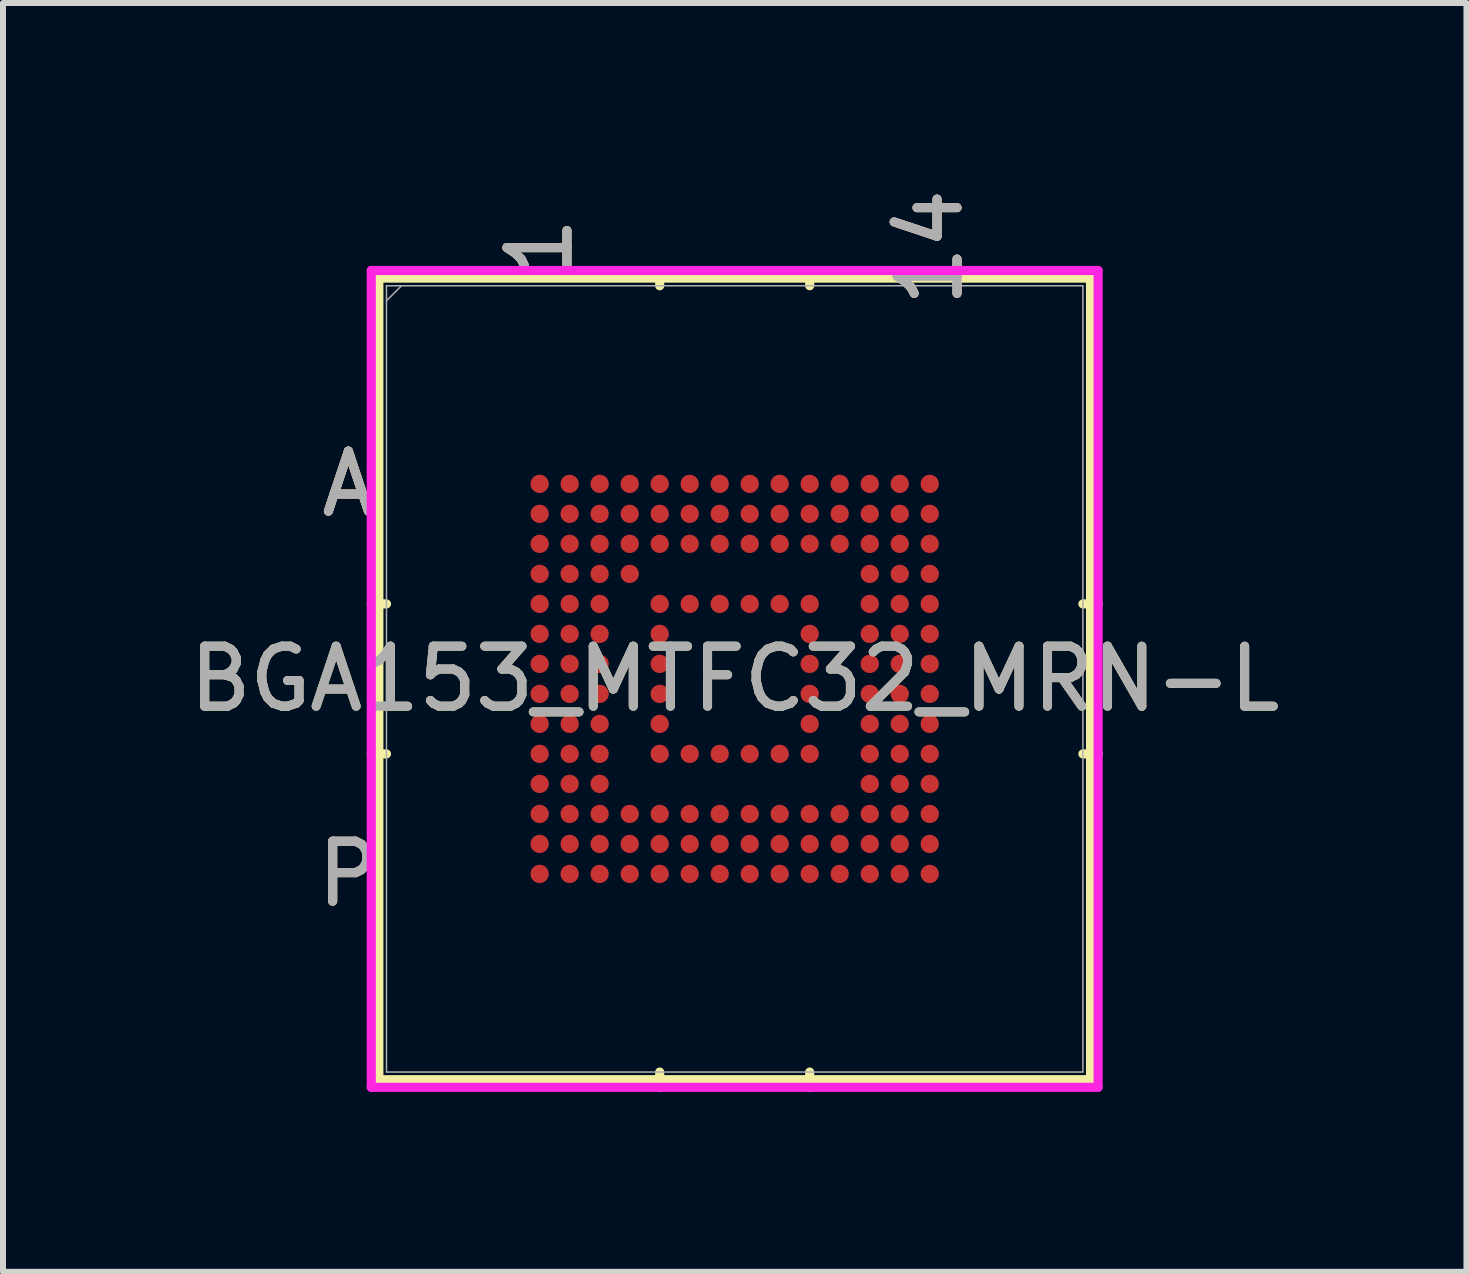
<source format=kicad_pcb>
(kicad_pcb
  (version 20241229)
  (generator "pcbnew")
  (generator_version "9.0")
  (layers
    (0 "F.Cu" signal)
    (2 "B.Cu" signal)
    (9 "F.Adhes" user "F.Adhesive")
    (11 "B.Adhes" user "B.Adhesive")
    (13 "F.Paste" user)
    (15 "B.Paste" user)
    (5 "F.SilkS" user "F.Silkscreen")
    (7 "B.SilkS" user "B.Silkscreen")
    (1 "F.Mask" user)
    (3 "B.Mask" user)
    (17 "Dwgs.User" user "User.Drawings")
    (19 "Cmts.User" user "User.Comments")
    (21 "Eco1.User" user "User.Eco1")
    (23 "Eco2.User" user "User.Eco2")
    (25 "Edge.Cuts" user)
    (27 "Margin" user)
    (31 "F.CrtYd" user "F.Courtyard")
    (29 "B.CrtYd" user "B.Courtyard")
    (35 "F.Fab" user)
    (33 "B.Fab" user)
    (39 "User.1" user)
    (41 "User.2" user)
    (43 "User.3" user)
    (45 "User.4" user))
  (footprint "BGA153_MTFC32_MRN-L"
    (layer "F.Cu")
    (at 9.196 8.266)
    (property "Reference" "BGA153_MTFC32_MRN-L" (at 0 0 0) (unlocked yes) (layer "F.SilkS") (effects (font (size 1 1) (thickness 0.15))))
    (attr smd)
    (fp_line (start -5.931 -6.68) (end -5.931 6.68) (stroke (width 0.152) (type solid)) (layer "F.SilkS"))
    (fp_line (start -5.931 6.68) (end 5.931 6.68) (stroke (width 0.152) (type solid)) (layer "F.SilkS"))
    (fp_line (start -5.804 -1.25) (end -6.058 -1.25) (stroke (width 0.152) (type solid)) (layer "F.SilkS"))
    (fp_line (start -5.804 1.25) (end -6.058 1.25) (stroke (width 0.152) (type solid)) (layer "F.SilkS"))
    (fp_line (start -1.25 -6.553) (end -1.25 -6.807) (stroke (width 0.152) (type solid)) (layer "F.SilkS"))
    (fp_line (start -1.25 6.553) (end -1.25 6.807) (stroke (width 0.152) (type solid)) (layer "F.SilkS"))
    (fp_line (start 1.25 -6.553) (end 1.25 -6.807) (stroke (width 0.152) (type solid)) (layer "F.SilkS"))
    (fp_line (start 1.25 6.553) (end 1.25 6.807) (stroke (width 0.152) (type solid)) (layer "F.SilkS"))
    (fp_line (start 5.804 -1.25) (end 6.058 -1.25) (stroke (width 0.152) (type solid)) (layer "F.SilkS"))
    (fp_line (start 5.804 1.25) (end 6.058 1.25) (stroke (width 0.152) (type solid)) (layer "F.SilkS"))
    (fp_line (start 5.931 -6.68) (end -5.931 -6.68) (stroke (width 0.152) (type solid)) (layer "F.SilkS"))
    (fp_line (start 5.931 6.68) (end 5.931 -6.68) (stroke (width 0.152) (type solid)) (layer "F.SilkS"))
    (fp_poly (pts (xy -3.945 -3.945) (xy 3.945 -3.945) (xy 3.945 3.945) (xy -3.945 3.945)) (stroke (width 0.1) (type solid)) (fill no) (layer "Eco2.User"))
    (fp_line (start -6.058 -6.807) (end 6.058 -6.807) (stroke (width 0.152) (type solid)) (layer "F.CrtYd"))
    (fp_line (start -6.058 6.807) (end -6.058 -6.807) (stroke (width 0.152) (type solid)) (layer "F.CrtYd"))
    (fp_line (start 6.058 -6.807) (end 6.058 6.807) (stroke (width 0.152) (type solid)) (layer "F.CrtYd"))
    (fp_line (start 6.058 6.807) (end -6.058 6.807) (stroke (width 0.152) (type solid)) (layer "F.CrtYd"))
    (fp_line (start -5.804 -6.553) (end -5.804 6.553) (stroke (width 0.025) (type solid)) (layer "F.Fab"))
    (fp_line (start -5.804 6.553) (end 5.804 6.553) (stroke (width 0.025) (type solid)) (layer "F.Fab"))
    (fp_line (start -5.554 -6.553) (end -5.804 -6.303) (stroke (width 0.025) (type solid)) (layer "F.Fab"))
    (fp_line (start 5.804 -6.553) (end -5.804 -6.553) (stroke (width 0.025) (type solid)) (layer "F.Fab"))
    (fp_line (start 5.804 6.553) (end 5.804 -6.553) (stroke (width 0.025) (type solid)) (layer "F.Fab"))
    (fp_text user "P" (at -6.439 3.251 0) (unlocked yes) (layer "F.SilkS") (effects (font (size 1 1) (thickness 0.15))))
    (fp_text user "A" (at -6.439 -3.251 0) (unlocked yes) (layer "F.SilkS") (effects (font (size 1 1) (thickness 0.15))))
    (fp_text user "1" (at -3.251 -7.188 90) (unlocked yes) (layer "F.SilkS") (effects (font (size 1 1) (thickness 0.15))))
    (fp_text user "14" (at 3.251 -7.188 90) (unlocked yes) (layer "F.SilkS") (effects (font (size 1 1) (thickness 0.15))))
    (fp_text user "A" (at -6.439 -3.251 0) (unlocked yes) (layer "B.SilkS") (effects (font (size 1 1) (thickness 0.15))))
    (fp_text user "14" (at 3.251 -7.188 90) (unlocked yes) (layer "B.SilkS") (effects (font (size 1 1) (thickness 0.15))))
    (fp_text user "1" (at -3.251 -7.188 90) (unlocked yes) (layer "B.SilkS") (effects (font (size 1 1) (thickness 0.15))))
    (fp_text user "P" (at -6.439 3.251 0) (unlocked yes) (layer "B.SilkS") (effects (font (size 1 1) (thickness 0.15))))
    (fp_text user "P" (at -6.439 3.251 0) (unlocked yes) (layer "F.Fab") (effects (font (size 1 1) (thickness 0.15))))
    (fp_text user "${REFERENCE}" (at 0 0 0) (unlocked yes) (layer "F.Fab") (effects (font (size 1 1) (thickness 0.15))))
    (fp_text user "1" (at -3.251 -7.188 90) (unlocked yes) (layer "F.Fab") (effects (font (size 1 1) (thickness 0.15))))
    (fp_text user "14" (at 3.251 -7.188 90) (unlocked yes) (layer "F.Fab") (effects (font (size 1 1) (thickness 0.15))))
    (fp_text user "A" (at -6.439 -3.251 0) (unlocked yes) (layer "F.Fab") (effects (font (size 1 1) (thickness 0.15))))
    (pad "A1" smd circle (at -3.251 -3.251) (size 0.305 0.305) (layers "F.Cu" "F.Mask" "F.Paste"))
    (pad "A2" smd circle (at -2.751 -3.251) (size 0.305 0.305) (layers "F.Cu" "F.Mask" "F.Paste"))
    (pad "A3" smd circle (at -2.251 -3.251) (size 0.305 0.305) (layers "F.Cu" "F.Mask" "F.Paste"))
    (pad "A4" smd circle (at -1.75 -3.251) (size 0.305 0.305) (layers "F.Cu" "F.Mask" "F.Paste"))
    (pad "A5" smd circle (at -1.25 -3.251) (size 0.305 0.305) (layers "F.Cu" "F.Mask" "F.Paste"))
    (pad "A6" smd circle (at -0.75 -3.251) (size 0.305 0.305) (layers "F.Cu" "F.Mask" "F.Paste"))
    (pad "A7" smd circle (at -0.25 -3.251) (size 0.305 0.305) (layers "F.Cu" "F.Mask" "F.Paste"))
    (pad "A8" smd circle (at 0.25 -3.251) (size 0.305 0.305) (layers "F.Cu" "F.Mask" "F.Paste"))
    (pad "A9" smd circle (at 0.75 -3.251) (size 0.305 0.305) (layers "F.Cu" "F.Mask" "F.Paste"))
    (pad "A10" smd circle (at 1.25 -3.251) (size 0.305 0.305) (layers "F.Cu" "F.Mask" "F.Paste"))
    (pad "A11" smd circle (at 1.75 -3.251) (size 0.305 0.305) (layers "F.Cu" "F.Mask" "F.Paste"))
    (pad "A12" smd circle (at 2.251 -3.251) (size 0.305 0.305) (layers "F.Cu" "F.Mask" "F.Paste"))
    (pad "A13" smd circle (at 2.751 -3.251) (size 0.305 0.305) (layers "F.Cu" "F.Mask" "F.Paste"))
    (pad "A14" smd circle (at 3.251 -3.251) (size 0.305 0.305) (layers "F.Cu" "F.Mask" "F.Paste"))
    (pad "B1" smd circle (at -3.251 -2.751) (size 0.305 0.305) (layers "F.Cu" "F.Mask" "F.Paste"))
    (pad "B2" smd circle (at -2.751 -2.751) (size 0.305 0.305) (layers "F.Cu" "F.Mask" "F.Paste"))
    (pad "B3" smd circle (at -2.251 -2.751) (size 0.305 0.305) (layers "F.Cu" "F.Mask" "F.Paste"))
    (pad "B4" smd circle (at -1.75 -2.751) (size 0.305 0.305) (layers "F.Cu" "F.Mask" "F.Paste"))
    (pad "B5" smd circle (at -1.25 -2.751) (size 0.305 0.305) (layers "F.Cu" "F.Mask" "F.Paste"))
    (pad "B6" smd circle (at -0.75 -2.751) (size 0.305 0.305) (layers "F.Cu" "F.Mask" "F.Paste"))
    (pad "B7" smd circle (at -0.25 -2.751) (size 0.305 0.305) (layers "F.Cu" "F.Mask" "F.Paste"))
    (pad "B8" smd circle (at 0.25 -2.751) (size 0.305 0.305) (layers "F.Cu" "F.Mask" "F.Paste"))
    (pad "B9" smd circle (at 0.75 -2.751) (size 0.305 0.305) (layers "F.Cu" "F.Mask" "F.Paste"))
    (pad "B10" smd circle (at 1.25 -2.751) (size 0.305 0.305) (layers "F.Cu" "F.Mask" "F.Paste"))
    (pad "B11" smd circle (at 1.75 -2.751) (size 0.305 0.305) (layers "F.Cu" "F.Mask" "F.Paste"))
    (pad "B12" smd circle (at 2.251 -2.751) (size 0.305 0.305) (layers "F.Cu" "F.Mask" "F.Paste"))
    (pad "B13" smd circle (at 2.751 -2.751) (size 0.305 0.305) (layers "F.Cu" "F.Mask" "F.Paste"))
    (pad "B14" smd circle (at 3.251 -2.751) (size 0.305 0.305) (layers "F.Cu" "F.Mask" "F.Paste"))
    (pad "C1" smd circle (at -3.251 -2.251) (size 0.305 0.305) (layers "F.Cu" "F.Mask" "F.Paste"))
    (pad "C2" smd circle (at -2.751 -2.251) (size 0.305 0.305) (layers "F.Cu" "F.Mask" "F.Paste"))
    (pad "C3" smd circle (at -2.251 -2.251) (size 0.305 0.305) (layers "F.Cu" "F.Mask" "F.Paste"))
    (pad "C4" smd circle (at -1.75 -2.251) (size 0.305 0.305) (layers "F.Cu" "F.Mask" "F.Paste"))
    (pad "C5" smd circle (at -1.25 -2.251) (size 0.305 0.305) (layers "F.Cu" "F.Mask" "F.Paste"))
    (pad "C6" smd circle (at -0.75 -2.251) (size 0.305 0.305) (layers "F.Cu" "F.Mask" "F.Paste"))
    (pad "C7" smd circle (at -0.25 -2.251) (size 0.305 0.305) (layers "F.Cu" "F.Mask" "F.Paste"))
    (pad "C8" smd circle (at 0.25 -2.251) (size 0.305 0.305) (layers "F.Cu" "F.Mask" "F.Paste"))
    (pad "C9" smd circle (at 0.75 -2.251) (size 0.305 0.305) (layers "F.Cu" "F.Mask" "F.Paste"))
    (pad "C10" smd circle (at 1.25 -2.251) (size 0.305 0.305) (layers "F.Cu" "F.Mask" "F.Paste"))
    (pad "C11" smd circle (at 1.75 -2.251) (size 0.305 0.305) (layers "F.Cu" "F.Mask" "F.Paste"))
    (pad "C12" smd circle (at 2.251 -2.251) (size 0.305 0.305) (layers "F.Cu" "F.Mask" "F.Paste"))
    (pad "C13" smd circle (at 2.751 -2.251) (size 0.305 0.305) (layers "F.Cu" "F.Mask" "F.Paste"))
    (pad "C14" smd circle (at 3.251 -2.251) (size 0.305 0.305) (layers "F.Cu" "F.Mask" "F.Paste"))
    (pad "D1" smd circle (at -3.251 -1.75) (size 0.305 0.305) (layers "F.Cu" "F.Mask" "F.Paste"))
    (pad "D2" smd circle (at -2.751 -1.75) (size 0.305 0.305) (layers "F.Cu" "F.Mask" "F.Paste"))
    (pad "D3" smd circle (at -2.251 -1.75) (size 0.305 0.305) (layers "F.Cu" "F.Mask" "F.Paste"))
    (pad "D4" smd circle (at -1.75 -1.75) (size 0.305 0.305) (layers "F.Cu" "F.Mask" "F.Paste"))
    (pad "D12" smd circle (at 2.251 -1.75) (size 0.305 0.305) (layers "F.Cu" "F.Mask" "F.Paste"))
    (pad "D13" smd circle (at 2.751 -1.75) (size 0.305 0.305) (layers "F.Cu" "F.Mask" "F.Paste"))
    (pad "D14" smd circle (at 3.251 -1.75) (size 0.305 0.305) (layers "F.Cu" "F.Mask" "F.Paste"))
    (pad "E1" smd circle (at -3.251 -1.25) (size 0.305 0.305) (layers "F.Cu" "F.Mask" "F.Paste"))
    (pad "E2" smd circle (at -2.751 -1.25) (size 0.305 0.305) (layers "F.Cu" "F.Mask" "F.Paste"))
    (pad "E3" smd circle (at -2.251 -1.25) (size 0.305 0.305) (layers "F.Cu" "F.Mask" "F.Paste"))
    (pad "E5" smd circle (at -1.25 -1.25) (size 0.305 0.305) (layers "F.Cu" "F.Mask" "F.Paste"))
    (pad "E6" smd circle (at -0.75 -1.25) (size 0.305 0.305) (layers "F.Cu" "F.Mask" "F.Paste"))
    (pad "E7" smd circle (at -0.25 -1.25) (size 0.305 0.305) (layers "F.Cu" "F.Mask" "F.Paste"))
    (pad "E8" smd circle (at 0.25 -1.25) (size 0.305 0.305) (layers "F.Cu" "F.Mask" "F.Paste"))
    (pad "E9" smd circle (at 0.75 -1.25) (size 0.305 0.305) (layers "F.Cu" "F.Mask" "F.Paste"))
    (pad "E10" smd circle (at 1.25 -1.25) (size 0.305 0.305) (layers "F.Cu" "F.Mask" "F.Paste"))
    (pad "E12" smd circle (at 2.251 -1.25) (size 0.305 0.305) (layers "F.Cu" "F.Mask" "F.Paste"))
    (pad "E13" smd circle (at 2.751 -1.25) (size 0.305 0.305) (layers "F.Cu" "F.Mask" "F.Paste"))
    (pad "E14" smd circle (at 3.251 -1.25) (size 0.305 0.305) (layers "F.Cu" "F.Mask" "F.Paste"))
    (pad "F1" smd circle (at -3.251 -0.75) (size 0.305 0.305) (layers "F.Cu" "F.Mask" "F.Paste"))
    (pad "F2" smd circle (at -2.751 -0.75) (size 0.305 0.305) (layers "F.Cu" "F.Mask" "F.Paste"))
    (pad "F3" smd circle (at -2.251 -0.75) (size 0.305 0.305) (layers "F.Cu" "F.Mask" "F.Paste"))
    (pad "F5" smd circle (at -1.25 -0.75) (size 0.305 0.305) (layers "F.Cu" "F.Mask" "F.Paste"))
    (pad "F10" smd circle (at 1.25 -0.75) (size 0.305 0.305) (layers "F.Cu" "F.Mask" "F.Paste"))
    (pad "F12" smd circle (at 2.251 -0.75) (size 0.305 0.305) (layers "F.Cu" "F.Mask" "F.Paste"))
    (pad "F13" smd circle (at 2.751 -0.75) (size 0.305 0.305) (layers "F.Cu" "F.Mask" "F.Paste"))
    (pad "F14" smd circle (at 3.251 -0.75) (size 0.305 0.305) (layers "F.Cu" "F.Mask" "F.Paste"))
    (pad "G1" smd circle (at -3.251 -0.25) (size 0.305 0.305) (layers "F.Cu" "F.Mask" "F.Paste"))
    (pad "G2" smd circle (at -2.751 -0.25) (size 0.305 0.305) (layers "F.Cu" "F.Mask" "F.Paste"))
    (pad "G3" smd circle (at -2.251 -0.25) (size 0.305 0.305) (layers "F.Cu" "F.Mask" "F.Paste"))
    (pad "G5" smd circle (at -1.25 -0.25) (size 0.305 0.305) (layers "F.Cu" "F.Mask" "F.Paste"))
    (pad "G10" smd circle (at 1.25 -0.25) (size 0.305 0.305) (layers "F.Cu" "F.Mask" "F.Paste"))
    (pad "G12" smd circle (at 2.251 -0.25) (size 0.305 0.305) (layers "F.Cu" "F.Mask" "F.Paste"))
    (pad "G13" smd circle (at 2.751 -0.25) (size 0.305 0.305) (layers "F.Cu" "F.Mask" "F.Paste"))
    (pad "G14" smd circle (at 3.251 -0.25) (size 0.305 0.305) (layers "F.Cu" "F.Mask" "F.Paste"))
    (pad "H1" smd circle (at -3.251 0.25) (size 0.305 0.305) (layers "F.Cu" "F.Mask" "F.Paste"))
    (pad "H2" smd circle (at -2.751 0.25) (size 0.305 0.305) (layers "F.Cu" "F.Mask" "F.Paste"))
    (pad "H3" smd circle (at -2.251 0.25) (size 0.305 0.305) (layers "F.Cu" "F.Mask" "F.Paste"))
    (pad "H5" smd circle (at -1.25 0.25) (size 0.305 0.305) (layers "F.Cu" "F.Mask" "F.Paste"))
    (pad "H10" smd circle (at 1.25 0.25) (size 0.305 0.305) (layers "F.Cu" "F.Mask" "F.Paste"))
    (pad "H12" smd circle (at 2.251 0.25) (size 0.305 0.305) (layers "F.Cu" "F.Mask" "F.Paste"))
    (pad "H13" smd circle (at 2.751 0.25) (size 0.305 0.305) (layers "F.Cu" "F.Mask" "F.Paste"))
    (pad "H14" smd circle (at 3.251 0.25) (size 0.305 0.305) (layers "F.Cu" "F.Mask" "F.Paste"))
    (pad "J1" smd circle (at -3.251 0.75) (size 0.305 0.305) (layers "F.Cu" "F.Mask" "F.Paste"))
    (pad "J2" smd circle (at -2.751 0.75) (size 0.305 0.305) (layers "F.Cu" "F.Mask" "F.Paste"))
    (pad "J3" smd circle (at -2.251 0.75) (size 0.305 0.305) (layers "F.Cu" "F.Mask" "F.Paste"))
    (pad "J5" smd circle (at -1.25 0.75) (size 0.305 0.305) (layers "F.Cu" "F.Mask" "F.Paste"))
    (pad "J10" smd circle (at 1.25 0.75) (size 0.305 0.305) (layers "F.Cu" "F.Mask" "F.Paste"))
    (pad "J12" smd circle (at 2.251 0.75) (size 0.305 0.305) (layers "F.Cu" "F.Mask" "F.Paste"))
    (pad "J13" smd circle (at 2.751 0.75) (size 0.305 0.305) (layers "F.Cu" "F.Mask" "F.Paste"))
    (pad "J14" smd circle (at 3.251 0.75) (size 0.305 0.305) (layers "F.Cu" "F.Mask" "F.Paste"))
    (pad "K1" smd circle (at -3.251 1.25) (size 0.305 0.305) (layers "F.Cu" "F.Mask" "F.Paste"))
    (pad "K2" smd circle (at -2.751 1.25) (size 0.305 0.305) (layers "F.Cu" "F.Mask" "F.Paste"))
    (pad "K3" smd circle (at -2.251 1.25) (size 0.305 0.305) (layers "F.Cu" "F.Mask" "F.Paste"))
    (pad "K5" smd circle (at -1.25 1.25) (size 0.305 0.305) (layers "F.Cu" "F.Mask" "F.Paste"))
    (pad "K6" smd circle (at -0.75 1.25) (size 0.305 0.305) (layers "F.Cu" "F.Mask" "F.Paste"))
    (pad "K7" smd circle (at -0.25 1.25) (size 0.305 0.305) (layers "F.Cu" "F.Mask" "F.Paste"))
    (pad "K8" smd circle (at 0.25 1.25) (size 0.305 0.305) (layers "F.Cu" "F.Mask" "F.Paste"))
    (pad "K9" smd circle (at 0.75 1.25) (size 0.305 0.305) (layers "F.Cu" "F.Mask" "F.Paste"))
    (pad "K10" smd circle (at 1.25 1.25) (size 0.305 0.305) (layers "F.Cu" "F.Mask" "F.Paste"))
    (pad "K12" smd circle (at 2.251 1.25) (size 0.305 0.305) (layers "F.Cu" "F.Mask" "F.Paste"))
    (pad "K13" smd circle (at 2.751 1.25) (size 0.305 0.305) (layers "F.Cu" "F.Mask" "F.Paste"))
    (pad "K14" smd circle (at 3.251 1.25) (size 0.305 0.305) (layers "F.Cu" "F.Mask" "F.Paste"))
    (pad "L1" smd circle (at -3.251 1.75) (size 0.305 0.305) (layers "F.Cu" "F.Mask" "F.Paste"))
    (pad "L2" smd circle (at -2.751 1.75) (size 0.305 0.305) (layers "F.Cu" "F.Mask" "F.Paste"))
    (pad "L3" smd circle (at -2.251 1.75) (size 0.305 0.305) (layers "F.Cu" "F.Mask" "F.Paste"))
    (pad "L12" smd circle (at 2.251 1.75) (size 0.305 0.305) (layers "F.Cu" "F.Mask" "F.Paste"))
    (pad "L13" smd circle (at 2.751 1.75) (size 0.305 0.305) (layers "F.Cu" "F.Mask" "F.Paste"))
    (pad "L14" smd circle (at 3.251 1.75) (size 0.305 0.305) (layers "F.Cu" "F.Mask" "F.Paste"))
    (pad "M1" smd circle (at -3.251 2.251) (size 0.305 0.305) (layers "F.Cu" "F.Mask" "F.Paste"))
    (pad "M2" smd circle (at -2.751 2.251) (size 0.305 0.305) (layers "F.Cu" "F.Mask" "F.Paste"))
    (pad "M3" smd circle (at -2.251 2.251) (size 0.305 0.305) (layers "F.Cu" "F.Mask" "F.Paste"))
    (pad "M4" smd circle (at -1.75 2.251) (size 0.305 0.305) (layers "F.Cu" "F.Mask" "F.Paste"))
    (pad "M5" smd circle (at -1.25 2.251) (size 0.305 0.305) (layers "F.Cu" "F.Mask" "F.Paste"))
    (pad "M6" smd circle (at -0.75 2.251) (size 0.305 0.305) (layers "F.Cu" "F.Mask" "F.Paste"))
    (pad "M7" smd circle (at -0.25 2.251) (size 0.305 0.305) (layers "F.Cu" "F.Mask" "F.Paste"))
    (pad "M8" smd circle (at 0.25 2.251) (size 0.305 0.305) (layers "F.Cu" "F.Mask" "F.Paste"))
    (pad "M9" smd circle (at 0.75 2.251) (size 0.305 0.305) (layers "F.Cu" "F.Mask" "F.Paste"))
    (pad "M10" smd circle (at 1.25 2.251) (size 0.305 0.305) (layers "F.Cu" "F.Mask" "F.Paste"))
    (pad "M11" smd circle (at 1.75 2.251) (size 0.305 0.305) (layers "F.Cu" "F.Mask" "F.Paste"))
    (pad "M12" smd circle (at 2.251 2.251) (size 0.305 0.305) (layers "F.Cu" "F.Mask" "F.Paste"))
    (pad "M13" smd circle (at 2.751 2.251) (size 0.305 0.305) (layers "F.Cu" "F.Mask" "F.Paste"))
    (pad "M14" smd circle (at 3.251 2.251) (size 0.305 0.305) (layers "F.Cu" "F.Mask" "F.Paste"))
    (pad "N1" smd circle (at -3.251 2.751) (size 0.305 0.305) (layers "F.Cu" "F.Mask" "F.Paste"))
    (pad "N2" smd circle (at -2.751 2.751) (size 0.305 0.305) (layers "F.Cu" "F.Mask" "F.Paste"))
    (pad "N3" smd circle (at -2.251 2.751) (size 0.305 0.305) (layers "F.Cu" "F.Mask" "F.Paste"))
    (pad "N4" smd circle (at -1.75 2.751) (size 0.305 0.305) (layers "F.Cu" "F.Mask" "F.Paste"))
    (pad "N5" smd circle (at -1.25 2.751) (size 0.305 0.305) (layers "F.Cu" "F.Mask" "F.Paste"))
    (pad "N6" smd circle (at -0.75 2.751) (size 0.305 0.305) (layers "F.Cu" "F.Mask" "F.Paste"))
    (pad "N7" smd circle (at -0.25 2.751) (size 0.305 0.305) (layers "F.Cu" "F.Mask" "F.Paste"))
    (pad "N8" smd circle (at 0.25 2.751) (size 0.305 0.305) (layers "F.Cu" "F.Mask" "F.Paste"))
    (pad "N9" smd circle (at 0.75 2.751) (size 0.305 0.305) (layers "F.Cu" "F.Mask" "F.Paste"))
    (pad "N10" smd circle (at 1.25 2.751) (size 0.305 0.305) (layers "F.Cu" "F.Mask" "F.Paste"))
    (pad "N11" smd circle (at 1.75 2.751) (size 0.305 0.305) (layers "F.Cu" "F.Mask" "F.Paste"))
    (pad "N12" smd circle (at 2.251 2.751) (size 0.305 0.305) (layers "F.Cu" "F.Mask" "F.Paste"))
    (pad "N13" smd circle (at 2.751 2.751) (size 0.305 0.305) (layers "F.Cu" "F.Mask" "F.Paste"))
    (pad "N14" smd circle (at 3.251 2.751) (size 0.305 0.305) (layers "F.Cu" "F.Mask" "F.Paste"))
    (pad "P1" smd circle (at -3.251 3.251) (size 0.305 0.305) (layers "F.Cu" "F.Mask" "F.Paste"))
    (pad "P2" smd circle (at -2.751 3.251) (size 0.305 0.305) (layers "F.Cu" "F.Mask" "F.Paste"))
    (pad "P3" smd circle (at -2.251 3.251) (size 0.305 0.305) (layers "F.Cu" "F.Mask" "F.Paste"))
    (pad "P4" smd circle (at -1.75 3.251) (size 0.305 0.305) (layers "F.Cu" "F.Mask" "F.Paste"))
    (pad "P5" smd circle (at -1.25 3.251) (size 0.305 0.305) (layers "F.Cu" "F.Mask" "F.Paste"))
    (pad "P6" smd circle (at -0.75 3.251) (size 0.305 0.305) (layers "F.Cu" "F.Mask" "F.Paste"))
    (pad "P7" smd circle (at -0.25 3.251) (size 0.305 0.305) (layers "F.Cu" "F.Mask" "F.Paste"))
    (pad "P8" smd circle (at 0.25 3.251) (size 0.305 0.305) (layers "F.Cu" "F.Mask" "F.Paste"))
    (pad "P9" smd circle (at 0.75 3.251) (size 0.305 0.305) (layers "F.Cu" "F.Mask" "F.Paste"))
    (pad "P10" smd circle (at 1.25 3.251) (size 0.305 0.305) (layers "F.Cu" "F.Mask" "F.Paste"))
    (pad "P11" smd circle (at 1.75 3.251) (size 0.305 0.305) (layers "F.Cu" "F.Mask" "F.Paste"))
    (pad "P12" smd circle (at 2.251 3.251) (size 0.305 0.305) (layers "F.Cu" "F.Mask" "F.Paste"))
    (pad "P13" smd circle (at 2.751 3.251) (size 0.305 0.305) (layers "F.Cu" "F.Mask" "F.Paste"))
    (pad "P14" smd circle (at 3.251 3.251) (size 0.305 0.305) (layers "F.Cu" "F.Mask" "F.Paste")))
  (gr_rect
    (start -3 -3)
    (end 21.393 18.149)
    (stroke (width 0.1) (type default))
    (fill no)
    (layer "Edge.Cuts")))
</source>
